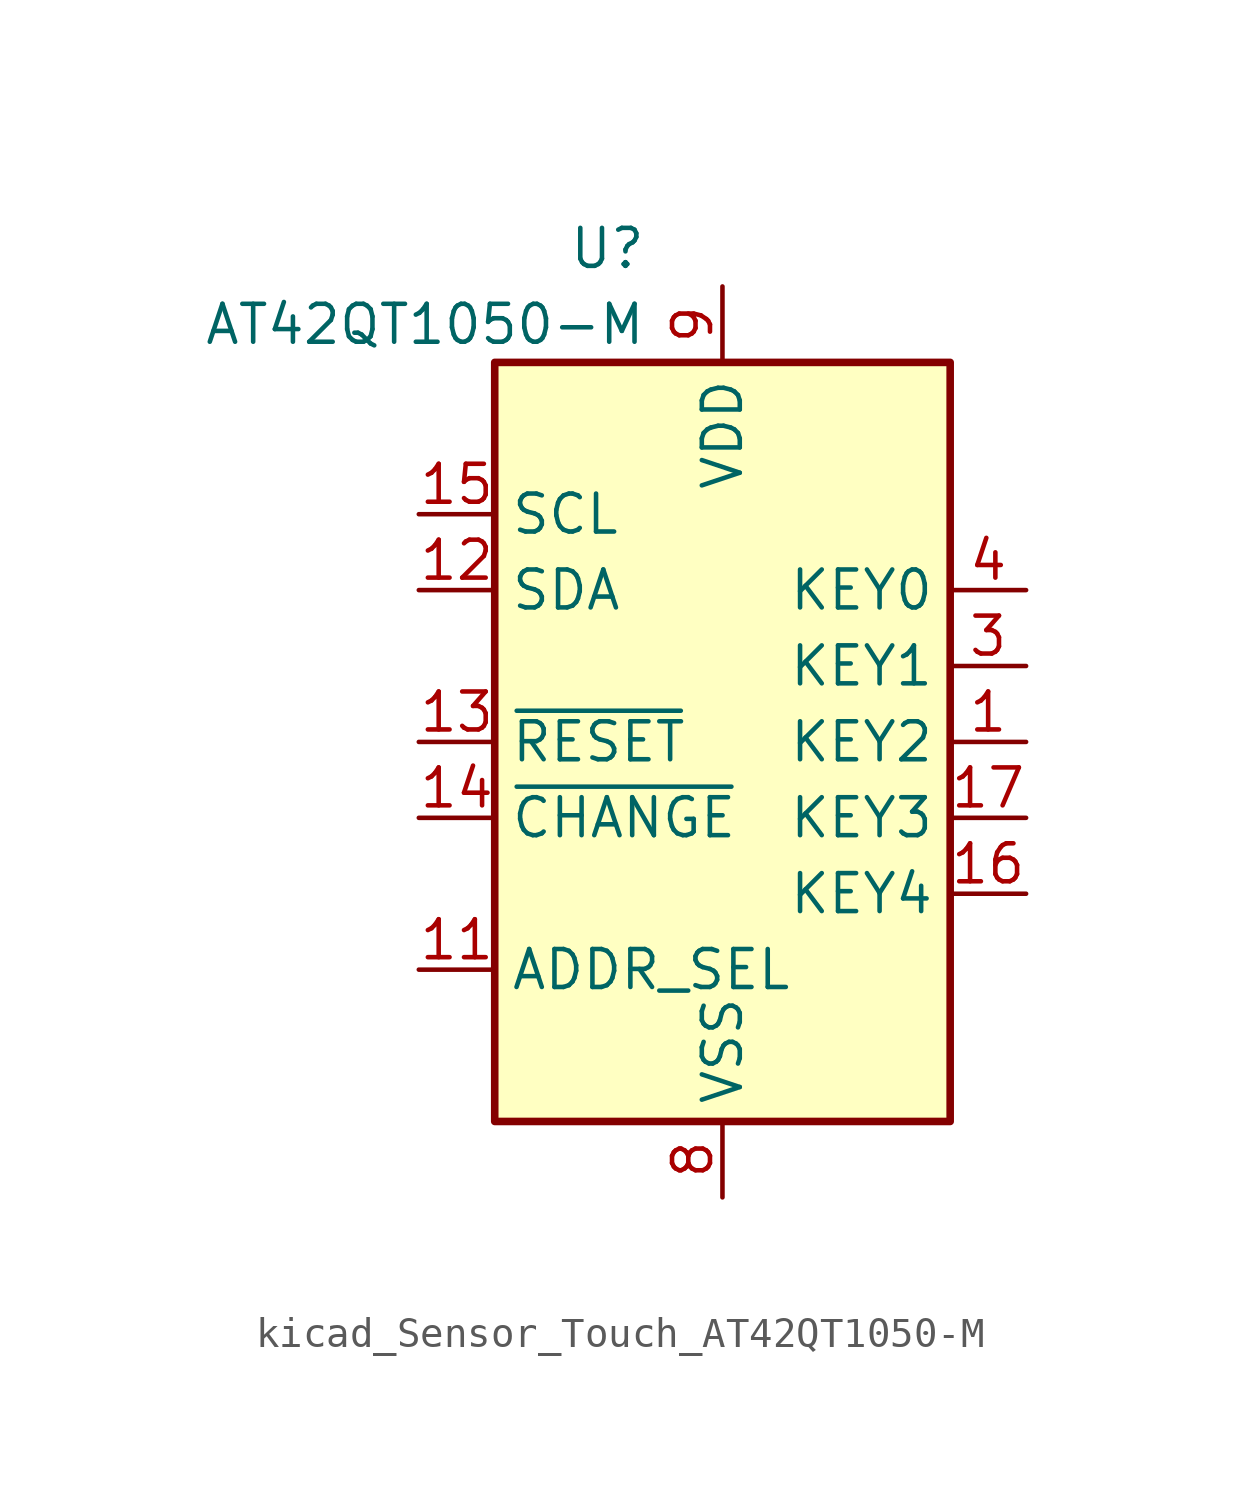
<source format=kicad_sym>
(kicad_symbol_lib
  (version 20220914)
  (generator kicad_symbol_editor)
  (symbol "kicad_Sensor_Touch_AT42QT1050-M"
    (property "Reference" "U"
      (at -2.54 16.51 0)
      (effects (font (size 1.27 1.27)) (justify right)))
    (property "Value" "AT42QT1050-M"
      (at -2.54 13.97 0)
      (effects (font (size 1.27 1.27)) (justify right)))
    (symbol "kicad_Sensor_Touch_AT42QT1050-M_0_1"
      (rectangle (start -7.62 12.7) (end 7.62 -12.7) (stroke (width 0.254) (type default)) (fill (type background))))
    (symbol "kicad_Sensor_Touch_AT42QT1050-M_1_1"
      (pin passive line (at 10.16 0 180) (length 2.54) (name "KEY2" (effects (font (size 1.27 1.27)))) (number "1" (effects (font (size 1.27 1.27)))))
      (pin no_connect line (at 7.62 10.16 180) (length 2.54) hide (name "NC" (effects (font (size 1.27 1.27)))) (number "10" (effects (font (size 1.27 1.27)))))
      (pin input line (at -10.16 -7.62 0) (length 2.54) (name "ADDR_SEL" (effects (font (size 1.27 1.27)))) (number "11" (effects (font (size 1.27 1.27)))))
      (pin bidirectional line (at -10.16 5.08 0) (length 2.54) (name "SDA" (effects (font (size 1.27 1.27)))) (number "12" (effects (font (size 1.27 1.27)))))
      (pin input line (at -10.16 0 0) (length 2.54) (name "~{RESET}" (effects (font (size 1.27 1.27)))) (number "13" (effects (font (size 1.27 1.27)))))
      (pin open_collector line (at -10.16 -2.54 0) (length 2.54) (name "~{CHANGE}" (effects (font (size 1.27 1.27)))) (number "14" (effects (font (size 1.27 1.27)))))
      (pin input line (at -10.16 7.62 0) (length 2.54) (name "SCL" (effects (font (size 1.27 1.27)))) (number "15" (effects (font (size 1.27 1.27)))))
      (pin passive line (at 10.16 -5.08 180) (length 2.54) (name "KEY4" (effects (font (size 1.27 1.27)))) (number "16" (effects (font (size 1.27 1.27)))))
      (pin passive line (at 10.16 -2.54 180) (length 2.54) (name "KEY3" (effects (font (size 1.27 1.27)))) (number "17" (effects (font (size 1.27 1.27)))))
      (pin no_connect line (at 7.62 7.62 180) (length 2.54) hide (name "NC" (effects (font (size 1.27 1.27)))) (number "18" (effects (font (size 1.27 1.27)))))
      (pin no_connect line (at 7.62 -7.62 180) (length 2.54) hide (name "NC" (effects (font (size 1.27 1.27)))) (number "19" (effects (font (size 1.27 1.27)))))
      (pin no_connect line (at -7.62 10.16 0) (length 2.54) hide (name "NC" (effects (font (size 1.27 1.27)))) (number "2" (effects (font (size 1.27 1.27)))))
      (pin no_connect line (at 7.62 -10.16 180) (length 2.54) hide (name "NC" (effects (font (size 1.27 1.27)))) (number "20" (effects (font (size 1.27 1.27)))))
      (pin passive line (at 0 -15.24 90) (length 2.54) hide (name "VSS" (effects (font (size 1.27 1.27)))) (number "21" (effects (font (size 1.27 1.27)))))
      (pin passive line (at 10.16 2.54 180) (length 2.54) (name "KEY1" (effects (font (size 1.27 1.27)))) (number "3" (effects (font (size 1.27 1.27)))))
      (pin passive line (at 10.16 5.08 180) (length 2.54) (name "KEY0" (effects (font (size 1.27 1.27)))) (number "4" (effects (font (size 1.27 1.27)))))
      (pin no_connect line (at -7.62 2.54 0) (length 2.54) hide (name "NC" (effects (font (size 1.27 1.27)))) (number "5" (effects (font (size 1.27 1.27)))))
      (pin no_connect line (at -7.62 -5.08 0) (length 2.54) hide (name "NC" (effects (font (size 1.27 1.27)))) (number "6" (effects (font (size 1.27 1.27)))))
      (pin no_connect line (at -7.62 -10.16 0) (length 2.54) hide (name "NC" (effects (font (size 1.27 1.27)))) (number "7" (effects (font (size 1.27 1.27)))))
      (pin power_in line (at 0 -15.24 90) (length 2.54) (name "VSS" (effects (font (size 1.27 1.27)))) (number "8" (effects (font (size 1.27 1.27)))))
      (pin power_in line (at 0 15.24 270) (length 2.54) (name "VDD" (effects (font (size 1.27 1.27)))) (number "9" (effects (font (size 1.27 1.27))))))))
</source>
